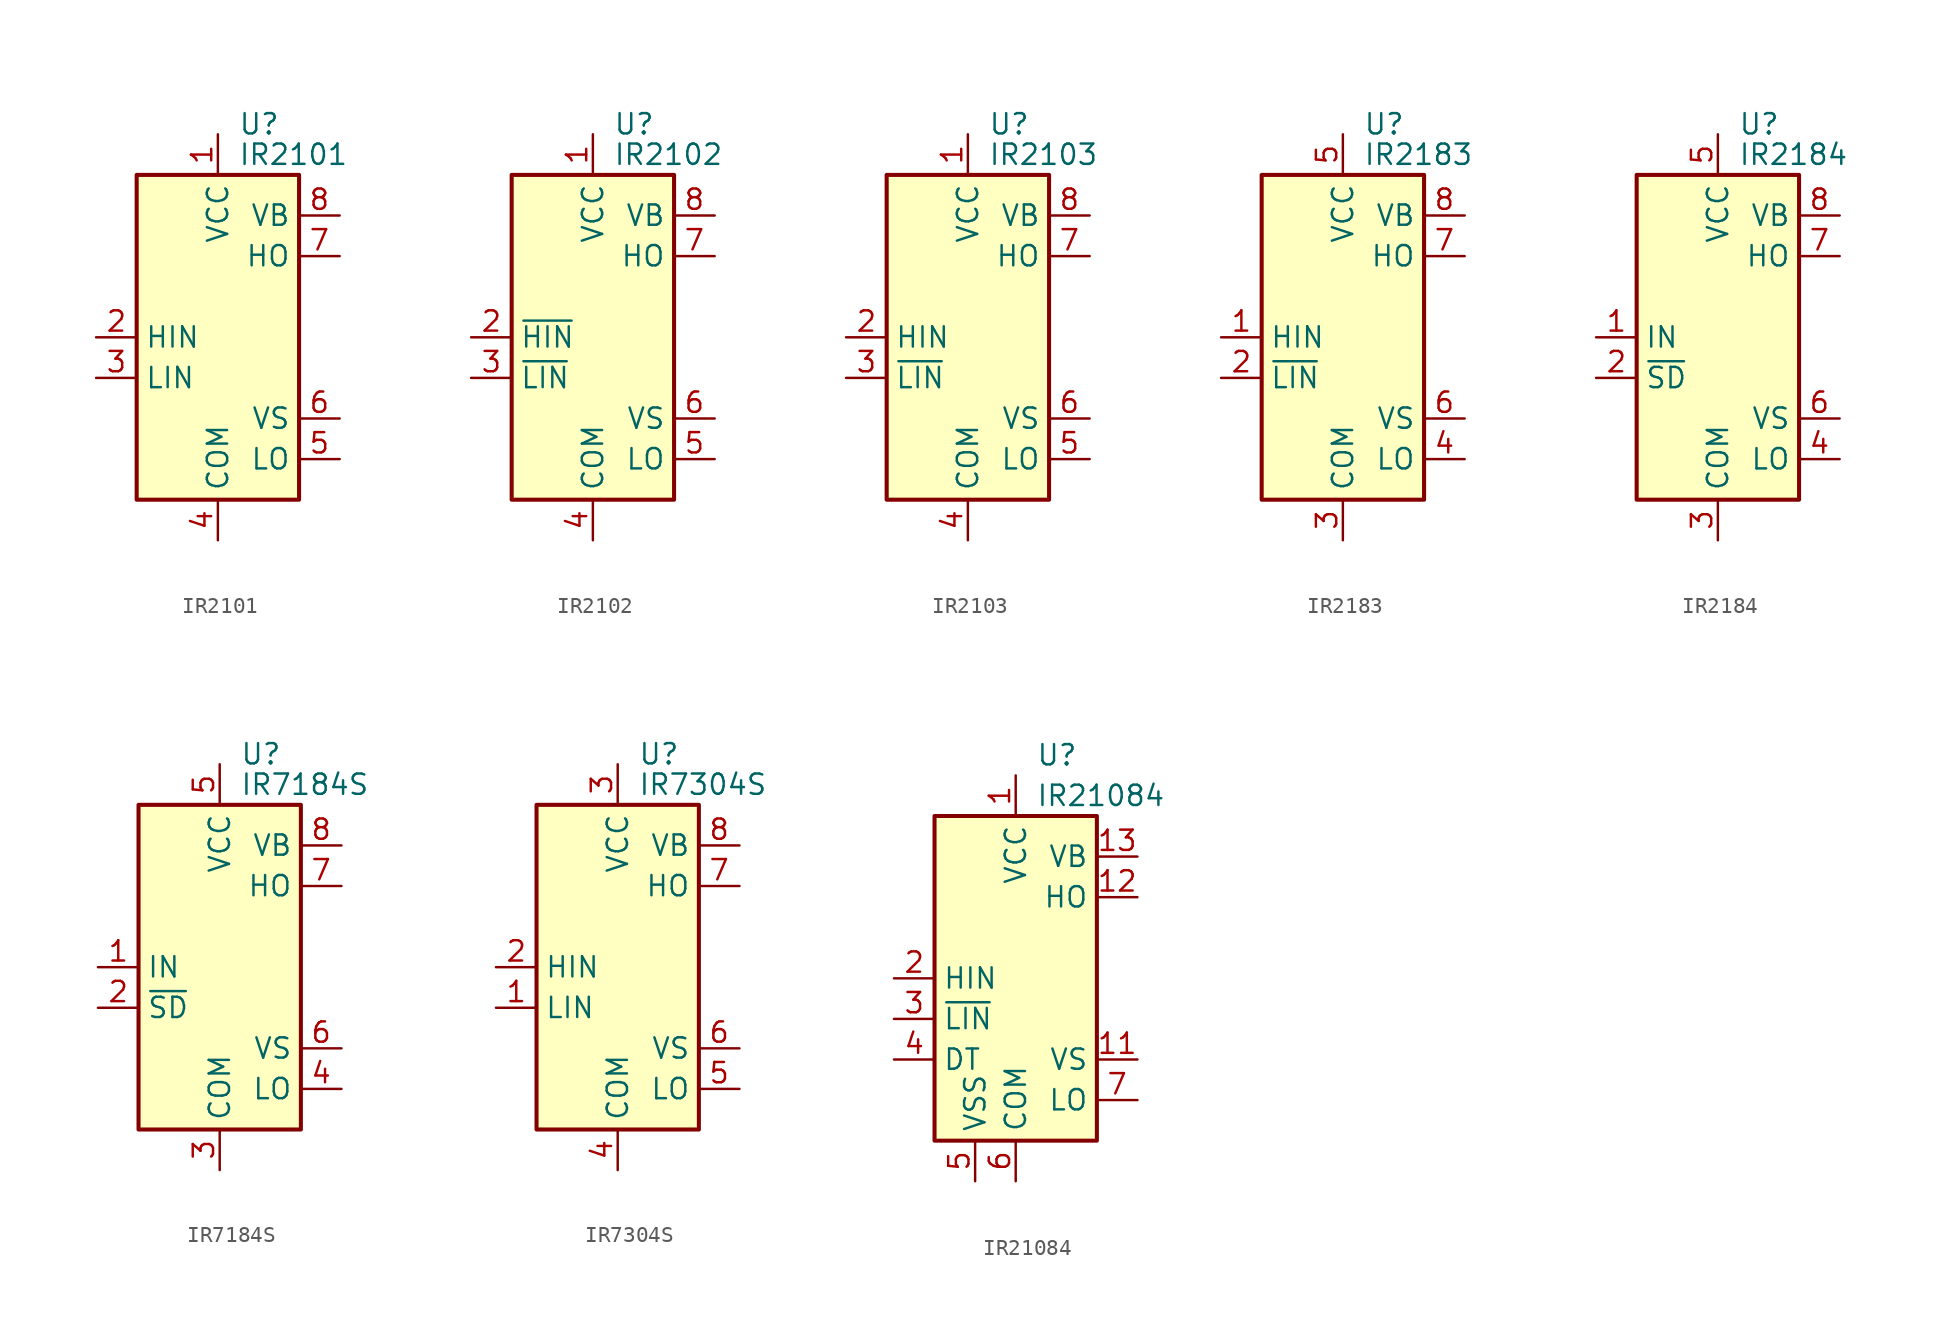
<source format=kicad_sym>
(kicad_symbol_lib
  (version 20201005)
  (generator kicad_symbol_editor)
  (symbol "IR2101"
    (property "Reference" "U"
      (at 1.27 13.335 0)
      (effects (font (size 1.27 1.27)) (justify left)))
    (property "Value" "IR2101"
      (at 1.27 11.43 0)
      (effects (font (size 1.27 1.27)) (justify left)))
    (symbol "IR2101_0_1"
      (rectangle (start -5.08 -10.16) (end 5.08 10.16) (stroke (width 0.254)) (fill (type background))))
    (symbol "IR2101_1_1"
      (pin power_in line (at 0 12.7 270) (length 2.54) (name "VCC" (effects (font (size 1.27 1.27)))) (number "1" (effects (font (size 1.27 1.27)))))
      (pin input line (at -7.62 0 0) (length 2.54) (name "HIN" (effects (font (size 1.27 1.27)))) (number "2" (effects (font (size 1.27 1.27)))))
      (pin input line (at -7.62 -2.54 0) (length 2.54) (name "LIN" (effects (font (size 1.27 1.27)))) (number "3" (effects (font (size 1.27 1.27)))))
      (pin power_in line (at 0 -12.7 90) (length 2.54) (name "COM" (effects (font (size 1.27 1.27)))) (number "4" (effects (font (size 1.27 1.27)))))
      (pin output line (at 7.62 -7.62 180) (length 2.54) (name "LO" (effects (font (size 1.27 1.27)))) (number "5" (effects (font (size 1.27 1.27)))))
      (pin passive line (at 7.62 -5.08 180) (length 2.54) (name "VS" (effects (font (size 1.27 1.27)))) (number "6" (effects (font (size 1.27 1.27)))))
      (pin output line (at 7.62 5.08 180) (length 2.54) (name "HO" (effects (font (size 1.27 1.27)))) (number "7" (effects (font (size 1.27 1.27)))))
      (pin passive line (at 7.62 7.62 180) (length 2.54) (name "VB" (effects (font (size 1.27 1.27)))) (number "8" (effects (font (size 1.27 1.27)))))))
  (symbol "IR2102"
    (property "Reference" "U"
      (at 1.27 13.335 0)
      (effects (font (size 1.27 1.27)) (justify left)))
    (property "Value" "IR2102"
      (at 1.27 11.43 0)
      (effects (font (size 1.27 1.27)) (justify left)))
    (symbol "IR2102_0_1"
      (rectangle (start -5.08 -10.16) (end 5.08 10.16) (stroke (width 0.254)) (fill (type background))))
    (symbol "IR2102_1_1"
      (pin power_in line (at 0 12.7 270) (length 2.54) (name "VCC" (effects (font (size 1.27 1.27)))) (number "1" (effects (font (size 1.27 1.27)))))
      (pin input line (at -7.62 0 0) (length 2.54) (name "~HIN" (effects (font (size 1.27 1.27)))) (number "2" (effects (font (size 1.27 1.27)))))
      (pin input line (at -7.62 -2.54 0) (length 2.54) (name "~LIN" (effects (font (size 1.27 1.27)))) (number "3" (effects (font (size 1.27 1.27)))))
      (pin power_in line (at 0 -12.7 90) (length 2.54) (name "COM" (effects (font (size 1.27 1.27)))) (number "4" (effects (font (size 1.27 1.27)))))
      (pin output line (at 7.62 -7.62 180) (length 2.54) (name "LO" (effects (font (size 1.27 1.27)))) (number "5" (effects (font (size 1.27 1.27)))))
      (pin passive line (at 7.62 -5.08 180) (length 2.54) (name "VS" (effects (font (size 1.27 1.27)))) (number "6" (effects (font (size 1.27 1.27)))))
      (pin output line (at 7.62 5.08 180) (length 2.54) (name "HO" (effects (font (size 1.27 1.27)))) (number "7" (effects (font (size 1.27 1.27)))))
      (pin passive line (at 7.62 7.62 180) (length 2.54) (name "VB" (effects (font (size 1.27 1.27)))) (number "8" (effects (font (size 1.27 1.27)))))))
  (symbol "IR2103"
    (property "Reference" "U"
      (at 1.27 13.335 0)
      (effects (font (size 1.27 1.27)) (justify left)))
    (property "Value" "IR2103"
      (at 1.27 11.43 0)
      (effects (font (size 1.27 1.27)) (justify left)))
    (symbol "IR2103_0_1"
      (rectangle (start -5.08 -10.16) (end 5.08 10.16) (stroke (width 0.254)) (fill (type background))))
    (symbol "IR2103_1_1"
      (pin power_in line (at 0 12.7 270) (length 2.54) (name "VCC" (effects (font (size 1.27 1.27)))) (number "1" (effects (font (size 1.27 1.27)))))
      (pin input line (at -7.62 0 0) (length 2.54) (name "HIN" (effects (font (size 1.27 1.27)))) (number "2" (effects (font (size 1.27 1.27)))))
      (pin input line (at -7.62 -2.54 0) (length 2.54) (name "~LIN" (effects (font (size 1.27 1.27)))) (number "3" (effects (font (size 1.27 1.27)))))
      (pin power_in line (at 0 -12.7 90) (length 2.54) (name "COM" (effects (font (size 1.27 1.27)))) (number "4" (effects (font (size 1.27 1.27)))))
      (pin output line (at 7.62 -7.62 180) (length 2.54) (name "LO" (effects (font (size 1.27 1.27)))) (number "5" (effects (font (size 1.27 1.27)))))
      (pin passive line (at 7.62 -5.08 180) (length 2.54) (name "VS" (effects (font (size 1.27 1.27)))) (number "6" (effects (font (size 1.27 1.27)))))
      (pin output line (at 7.62 5.08 180) (length 2.54) (name "HO" (effects (font (size 1.27 1.27)))) (number "7" (effects (font (size 1.27 1.27)))))
      (pin passive line (at 7.62 7.62 180) (length 2.54) (name "VB" (effects (font (size 1.27 1.27)))) (number "8" (effects (font (size 1.27 1.27)))))))
  (symbol "IR2183"
    (property "Reference" "U"
      (at 1.27 13.335 0)
      (effects (font (size 1.27 1.27)) (justify left)))
    (property "Value" "IR2183"
      (at 1.27 11.43 0)
      (effects (font (size 1.27 1.27)) (justify left)))
    (symbol "IR2183_0_1"
      (rectangle (start -5.08 -10.16) (end 5.08 10.16) (stroke (width 0.254)) (fill (type background))))
    (symbol "IR2183_1_1"
      (pin input line (at -7.62 0 0) (length 2.54) (name "HIN" (effects (font (size 1.27 1.27)))) (number "1" (effects (font (size 1.27 1.27)))))
      (pin input line (at -7.62 -2.54 0) (length 2.54) (name "~LIN" (effects (font (size 1.27 1.27)))) (number "2" (effects (font (size 1.27 1.27)))))
      (pin power_in line (at 0 -12.7 90) (length 2.54) (name "COM" (effects (font (size 1.27 1.27)))) (number "3" (effects (font (size 1.27 1.27)))))
      (pin output line (at 7.62 -7.62 180) (length 2.54) (name "LO" (effects (font (size 1.27 1.27)))) (number "4" (effects (font (size 1.27 1.27)))))
      (pin power_in line (at 0 12.7 270) (length 2.54) (name "VCC" (effects (font (size 1.27 1.27)))) (number "5" (effects (font (size 1.27 1.27)))))
      (pin passive line (at 7.62 -5.08 180) (length 2.54) (name "VS" (effects (font (size 1.27 1.27)))) (number "6" (effects (font (size 1.27 1.27)))))
      (pin output line (at 7.62 5.08 180) (length 2.54) (name "HO" (effects (font (size 1.27 1.27)))) (number "7" (effects (font (size 1.27 1.27)))))
      (pin passive line (at 7.62 7.62 180) (length 2.54) (name "VB" (effects (font (size 1.27 1.27)))) (number "8" (effects (font (size 1.27 1.27)))))))
  (symbol "IR2184"
    (property "Reference" "U"
      (at 1.27 13.335 0)
      (effects (font (size 1.27 1.27)) (justify left)))
    (property "Value" "IR2184"
      (at 1.27 11.43 0)
      (effects (font (size 1.27 1.27)) (justify left)))
    (symbol "IR2184_0_1"
      (rectangle (start -5.08 -10.16) (end 5.08 10.16) (stroke (width 0.254)) (fill (type background))))
    (symbol "IR2184_1_1"
      (pin input line (at -7.62 0 0) (length 2.54) (name "IN" (effects (font (size 1.27 1.27)))) (number "1" (effects (font (size 1.27 1.27)))))
      (pin input line (at -7.62 -2.54 0) (length 2.54) (name "~SD" (effects (font (size 1.27 1.27)))) (number "2" (effects (font (size 1.27 1.27)))))
      (pin power_in line (at 0 -12.7 90) (length 2.54) (name "COM" (effects (font (size 1.27 1.27)))) (number "3" (effects (font (size 1.27 1.27)))))
      (pin output line (at 7.62 -7.62 180) (length 2.54) (name "LO" (effects (font (size 1.27 1.27)))) (number "4" (effects (font (size 1.27 1.27)))))
      (pin power_in line (at 0 12.7 270) (length 2.54) (name "VCC" (effects (font (size 1.27 1.27)))) (number "5" (effects (font (size 1.27 1.27)))))
      (pin passive line (at 7.62 -5.08 180) (length 2.54) (name "VS" (effects (font (size 1.27 1.27)))) (number "6" (effects (font (size 1.27 1.27)))))
      (pin output line (at 7.62 5.08 180) (length 2.54) (name "HO" (effects (font (size 1.27 1.27)))) (number "7" (effects (font (size 1.27 1.27)))))
      (pin passive line (at 7.62 7.62 180) (length 2.54) (name "VB" (effects (font (size 1.27 1.27)))) (number "8" (effects (font (size 1.27 1.27)))))))
  (symbol "IR7184S"
    (property "Reference" "U"
      (at 1.27 13.335 0)
      (effects (font (size 1.27 1.27)) (justify left)))
    (property "Value" "IR7184S"
      (at 1.27 11.43 0)
      (effects (font (size 1.27 1.27)) (justify left)))
    (symbol "IR7184S_0_1"
      (rectangle (start -5.08 -10.16) (end 5.08 10.16) (stroke (width 0.254)) (fill (type background))))
    (symbol "IR7184S_1_1"
      (pin input line (at -7.62 0 0) (length 2.54) (name "IN" (effects (font (size 1.27 1.27)))) (number "1" (effects (font (size 1.27 1.27)))))
      (pin input line (at -7.62 -2.54 0) (length 2.54) (name "~SD" (effects (font (size 1.27 1.27)))) (number "2" (effects (font (size 1.27 1.27)))))
      (pin power_in line (at 0 -12.7 90) (length 2.54) (name "COM" (effects (font (size 1.27 1.27)))) (number "3" (effects (font (size 1.27 1.27)))))
      (pin output line (at 7.62 -7.62 180) (length 2.54) (name "LO" (effects (font (size 1.27 1.27)))) (number "4" (effects (font (size 1.27 1.27)))))
      (pin power_in line (at 0 12.7 270) (length 2.54) (name "VCC" (effects (font (size 1.27 1.27)))) (number "5" (effects (font (size 1.27 1.27)))))
      (pin passive line (at 7.62 -5.08 180) (length 2.54) (name "VS" (effects (font (size 1.27 1.27)))) (number "6" (effects (font (size 1.27 1.27)))))
      (pin output line (at 7.62 5.08 180) (length 2.54) (name "HO" (effects (font (size 1.27 1.27)))) (number "7" (effects (font (size 1.27 1.27)))))
      (pin passive line (at 7.62 7.62 180) (length 2.54) (name "VB" (effects (font (size 1.27 1.27)))) (number "8" (effects (font (size 1.27 1.27)))))))
  (symbol "IR7304S"
    (property "Reference" "U"
      (at 1.27 13.335 0)
      (effects (font (size 1.27 1.27)) (justify left)))
    (property "Value" "IR7304S"
      (at 1.27 11.43 0)
      (effects (font (size 1.27 1.27)) (justify left)))
    (symbol "IR7304S_0_1"
      (rectangle (start -5.08 -10.16) (end 5.08 10.16) (stroke (width 0.254)) (fill (type background))))
    (symbol "IR7304S_1_1"
      (pin input line (at -7.62 -2.54 0) (length 2.54) (name "LIN" (effects (font (size 1.27 1.27)))) (number "1" (effects (font (size 1.27 1.27)))))
      (pin input line (at -7.62 0 0) (length 2.54) (name "HIN" (effects (font (size 1.27 1.27)))) (number "2" (effects (font (size 1.27 1.27)))))
      (pin power_in line (at 0 12.7 270) (length 2.54) (name "VCC" (effects (font (size 1.27 1.27)))) (number "3" (effects (font (size 1.27 1.27)))))
      (pin power_in line (at 0 -12.7 90) (length 2.54) (name "COM" (effects (font (size 1.27 1.27)))) (number "4" (effects (font (size 1.27 1.27)))))
      (pin output line (at 7.62 -7.62 180) (length 2.54) (name "LO" (effects (font (size 1.27 1.27)))) (number "5" (effects (font (size 1.27 1.27)))))
      (pin passive line (at 7.62 -5.08 180) (length 2.54) (name "VS" (effects (font (size 1.27 1.27)))) (number "6" (effects (font (size 1.27 1.27)))))
      (pin output line (at 7.62 5.08 180) (length 2.54) (name "HO" (effects (font (size 1.27 1.27)))) (number "7" (effects (font (size 1.27 1.27)))))
      (pin passive line (at 7.62 7.62 180) (length 2.54) (name "VB" (effects (font (size 1.27 1.27)))) (number "8" (effects (font (size 1.27 1.27)))))))
  (symbol "IR21084"
    (property "Reference" "U"
      (at 1.27 13.97 0)
      (effects (font (size 1.27 1.27)) (justify left)))
    (property "Value" "IR21084"
      (at 1.27 11.43 0)
      (effects (font (size 1.27 1.27)) (justify left)))
    (symbol "IR21084_0_1"
      (rectangle (start -5.08 -10.16) (end 5.08 10.16) (stroke (width 0.254)) (fill (type background))))
    (symbol "IR21084_1_1"
      (pin power_in line (at 0 12.7 270) (length 2.54) (name "VCC" (effects (font (size 1.27 1.27)))) (number "1" (effects (font (size 1.27 1.27)))))
      (pin no_connect line (at -5.08 2.54 0) (length 2.54) hide (name "NC" (effects (font (size 1.27 1.27)))) (number "10" (effects (font (size 1.27 1.27)))))
      (pin passive line (at 7.62 -5.08 180) (length 2.54) (name "VS" (effects (font (size 1.27 1.27)))) (number "11" (effects (font (size 1.27 1.27)))))
      (pin output line (at 7.62 5.08 180) (length 2.54) (name "HO" (effects (font (size 1.27 1.27)))) (number "12" (effects (font (size 1.27 1.27)))))
      (pin passive line (at 7.62 7.62 180) (length 2.54) (name "VB" (effects (font (size 1.27 1.27)))) (number "13" (effects (font (size 1.27 1.27)))))
      (pin no_connect line (at 5.08 2.54 180) (length 2.54) hide (name "NC" (effects (font (size 1.27 1.27)))) (number "14" (effects (font (size 1.27 1.27)))))
      (pin input line (at -7.62 0 0) (length 2.54) (name "HIN" (effects (font (size 1.27 1.27)))) (number "2" (effects (font (size 1.27 1.27)))))
      (pin input line (at -7.62 -2.54 0) (length 2.54) (name "~LIN" (effects (font (size 1.27 1.27)))) (number "3" (effects (font (size 1.27 1.27)))))
      (pin input line (at -7.62 -5.08 0) (length 2.54) (name "DT" (effects (font (size 1.27 1.27)))) (number "4" (effects (font (size 1.27 1.27)))))
      (pin power_in line (at -2.54 -12.7 90) (length 2.54) (name "VSS" (effects (font (size 1.27 1.27)))) (number "5" (effects (font (size 1.27 1.27)))))
      (pin power_in line (at 0 -12.7 90) (length 2.54) (name "COM" (effects (font (size 1.27 1.27)))) (number "6" (effects (font (size 1.27 1.27)))))
      (pin output line (at 7.62 -7.62 180) (length 2.54) (name "LO" (effects (font (size 1.27 1.27)))) (number "7" (effects (font (size 1.27 1.27)))))
      (pin no_connect line (at -5.08 7.62 0) (length 2.54) hide (name "NC" (effects (font (size 1.27 1.27)))) (number "8" (effects (font (size 1.27 1.27)))))
      (pin no_connect line (at -5.08 5.08 0) (length 2.54) hide (name "NC" (effects (font (size 1.27 1.27)))) (number "9" (effects (font (size 1.27 1.27))))))))
</source>
